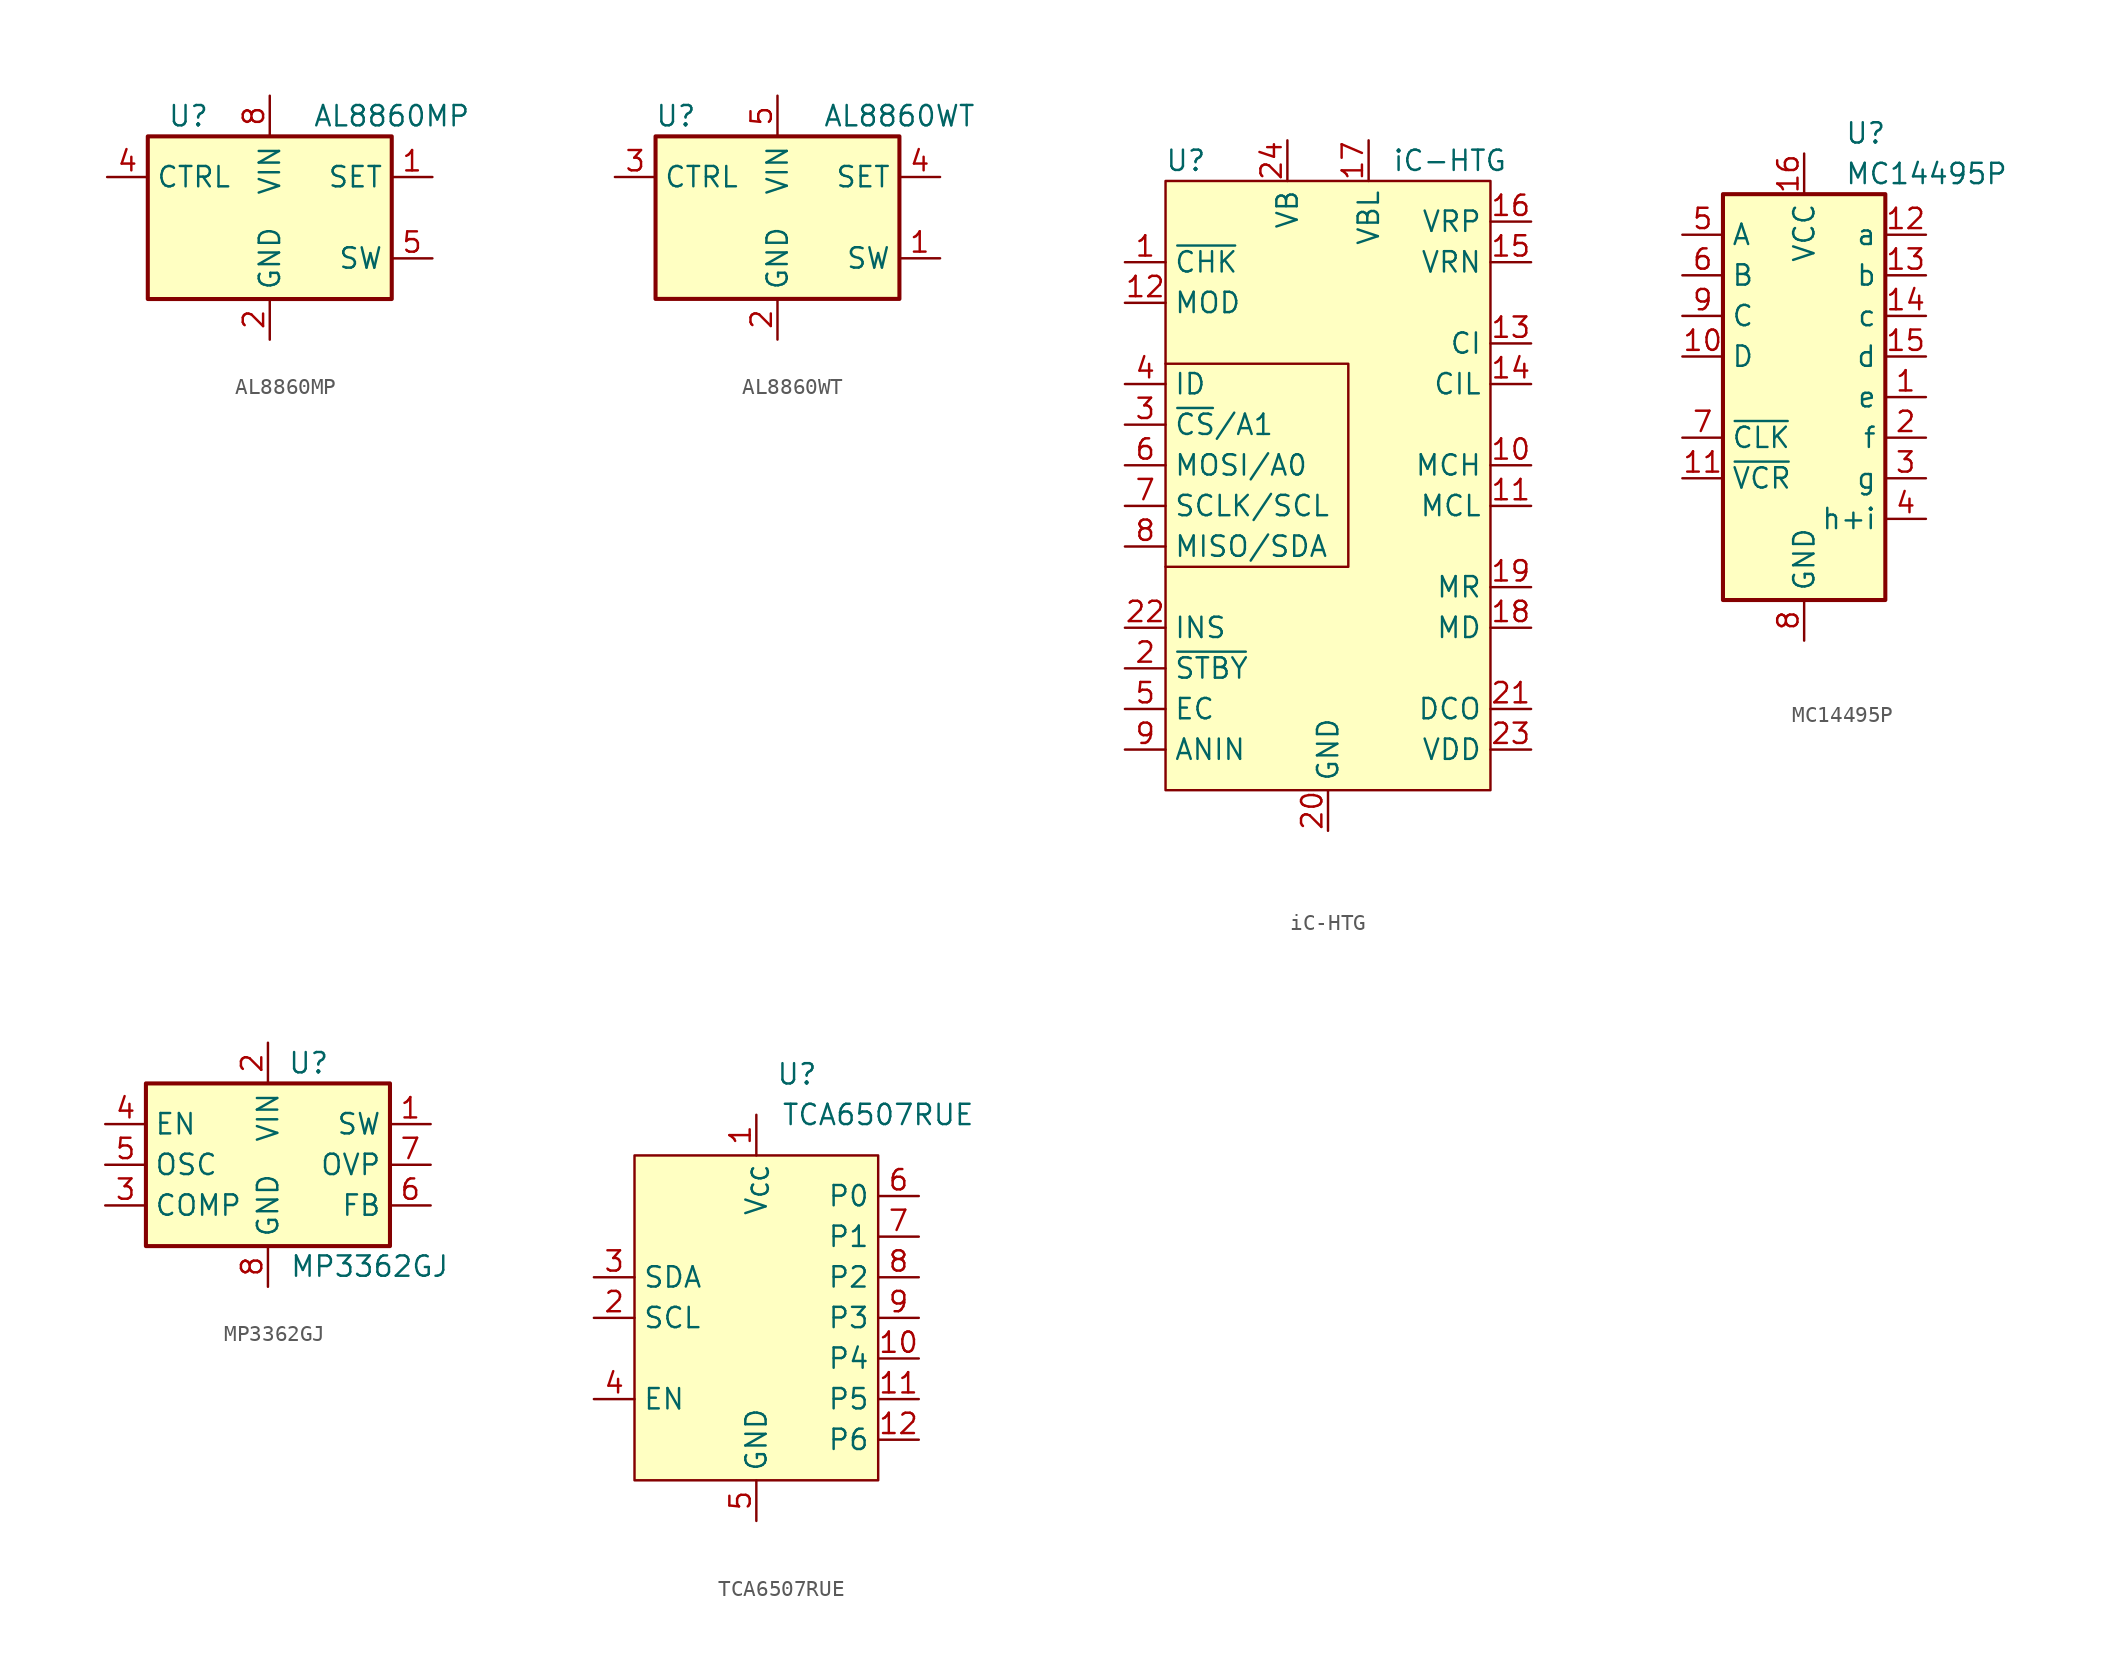
<source format=kicad_sym>
(kicad_symbol_lib
  (version 20220914)
  (generator kicad_symbol_editor)
  (symbol "AL8860MP"
    (property "Reference" "U"
      (at -5.08 6.35 0)
      (effects (font (size 1.27 1.27))))
    (property "Value" "AL8860MP"
      (at 7.62 6.35 0)
      (effects (font (size 1.27 1.27))))
    (symbol "AL8860MP_0_1"
      (rectangle (start -7.62 5.08) (end 7.62 -5.08) (stroke (width 0.254) (type solid)) (fill (type background))))
    (symbol "AL8860MP_1_1"
      (pin input line (at 10.16 2.54 180) (length 2.54) (name "SET" (effects (font (size 1.27 1.27)))) (number "1" (effects (font (size 1.27 1.27)))))
      (pin power_in line (at 0 -7.62 90) (length 2.54) (name "GND" (effects (font (size 1.27 1.27)))) (number "2" (effects (font (size 1.27 1.27)))))
      (pin passive line (at 0 -7.62 90) (length 2.54) hide (name "GND" (effects (font (size 1.27 1.27)))) (number "3" (effects (font (size 1.27 1.27)))))
      (pin input line (at -10.16 2.54 0) (length 2.54) (name "CTRL" (effects (font (size 1.27 1.27)))) (number "4" (effects (font (size 1.27 1.27)))))
      (pin open_collector line (at 10.16 -2.54 180) (length 2.54) (name "SW" (effects (font (size 1.27 1.27)))) (number "5" (effects (font (size 1.27 1.27)))))
      (pin open_collector line (at 10.16 -2.54 180) (length 2.54) hide (name "SW" (effects (font (size 1.27 1.27)))) (number "6" (effects (font (size 1.27 1.27)))))
      (pin no_connect line (at -7.62 -2.54 0) (length 2.54) hide (name "NC" (effects (font (size 1.27 1.27)))) (number "7" (effects (font (size 1.27 1.27)))))
      (pin power_in line (at 0 7.62 270) (length 2.54) (name "VIN" (effects (font (size 1.27 1.27)))) (number "8" (effects (font (size 1.27 1.27)))))
      (pin passive line (at 0 -7.62 90) (length 2.54) hide (name "GND" (effects (font (size 1.27 1.27)))) (number "9" (effects (font (size 1.27 1.27)))))))
  (symbol "AL8860WT"
    (property "Reference" "U"
      (at -6.35 6.35 0)
      (effects (font (size 1.27 1.27))))
    (property "Value" "AL8860WT"
      (at 7.62 6.35 0)
      (effects (font (size 1.27 1.27))))
    (symbol "AL8860WT_0_1"
      (rectangle (start -7.62 5.08) (end 7.62 -5.08) (stroke (width 0.254) (type solid)) (fill (type background))))
    (symbol "AL8860WT_1_1"
      (pin open_collector line (at 10.16 -2.54 180) (length 2.54) (name "SW" (effects (font (size 1.27 1.27)))) (number "1" (effects (font (size 1.27 1.27)))))
      (pin power_in line (at 0 -7.62 90) (length 2.54) (name "GND" (effects (font (size 1.27 1.27)))) (number "2" (effects (font (size 1.27 1.27)))))
      (pin input line (at -10.16 2.54 0) (length 2.54) (name "CTRL" (effects (font (size 1.27 1.27)))) (number "3" (effects (font (size 1.27 1.27)))))
      (pin input line (at 10.16 2.54 180) (length 2.54) (name "SET" (effects (font (size 1.27 1.27)))) (number "4" (effects (font (size 1.27 1.27)))))
      (pin power_in line (at 0 7.62 270) (length 2.54) (name "VIN" (effects (font (size 1.27 1.27)))) (number "5" (effects (font (size 1.27 1.27)))))))
  (symbol "iC-HTG"
    (property "Reference" "U"
      (at -8.89 19.05 0)
      (effects (font (size 1.27 1.27))))
    (property "Value" "iC-HTG"
      (at 7.62 19.05 0)
      (effects (font (size 1.27 1.27))))
    (symbol "iC-HTG_0_0"
      (pin input line (at 12.7 0 180) (length 2.54) (name "MCH" (effects (font (size 1.27 1.27)))) (number "10" (effects (font (size 1.27 1.27)))))
      (pin input line (at 12.7 -2.54 180) (length 2.54) (name "MCL" (effects (font (size 1.27 1.27)))) (number "11" (effects (font (size 1.27 1.27)))))
      (pin input line (at -12.7 10.16 0) (length 2.54) (name "MOD" (effects (font (size 1.27 1.27)))) (number "12" (effects (font (size 1.27 1.27)))))
      (pin input line (at 12.7 7.62 180) (length 2.54) (name "CI" (effects (font (size 1.27 1.27)))) (number "13" (effects (font (size 1.27 1.27)))))
      (pin input line (at 12.7 5.08 180) (length 2.54) (name "CIL" (effects (font (size 1.27 1.27)))) (number "14" (effects (font (size 1.27 1.27)))))
      (pin power_in line (at 2.54 20.32 270) (length 2.54) (name "VBL" (effects (font (size 1.27 1.27)))) (number "17" (effects (font (size 1.27 1.27)))))
      (pin input line (at 12.7 -10.16 180) (length 2.54) (name "MD" (effects (font (size 1.27 1.27)))) (number "18" (effects (font (size 1.27 1.27)))))
      (pin input line (at 12.7 -7.62 180) (length 2.54) (name "MR" (effects (font (size 1.27 1.27)))) (number "19" (effects (font (size 1.27 1.27)))))
      (pin power_in line (at 0 -22.86 90) (length 2.54) (name "GND" (effects (font (size 1.27 1.27)))) (number "20" (effects (font (size 1.27 1.27)))))
      (pin passive line (at 12.7 -15.24 180) (length 2.54) (name "DCO" (effects (font (size 1.27 1.27)))) (number "21" (effects (font (size 1.27 1.27)))))
      (pin power_in line (at -2.54 20.32 270) (length 2.54) (name "VB" (effects (font (size 1.27 1.27)))) (number "24" (effects (font (size 1.27 1.27)))))
      (pin input line (at -12.7 5.08 0) (length 2.54) (name "ID" (effects (font (size 1.27 1.27)))) (number "4" (effects (font (size 1.27 1.27)))))
      (pin input line (at -12.7 -15.24 0) (length 2.54) (name "EC" (effects (font (size 1.27 1.27)))) (number "5" (effects (font (size 1.27 1.27)))))
      (pin bidirectional line (at -12.7 -5.08 0) (length 2.54) (name "MISO/SDA" (effects (font (size 1.27 1.27)))) (number "8" (effects (font (size 1.27 1.27)))))
      (pin bidirectional line (at -12.7 -17.78 0) (length 2.54) (name "ANIN" (effects (font (size 1.27 1.27)))) (number "9" (effects (font (size 1.27 1.27))))))
    (symbol "iC-HTG_1_0"
      (pin open_collector line (at -12.7 12.7 0) (length 2.54) (name "~{CHK}" (effects (font (size 1.27 1.27)))) (number "1" (effects (font (size 1.27 1.27)))))
      (pin output line (at 12.7 12.7 180) (length 2.54) (name "VRN" (effects (font (size 1.27 1.27)))) (number "15" (effects (font (size 1.27 1.27)))))
      (pin output line (at 12.7 15.24 180) (length 2.54) (name "VRP" (effects (font (size 1.27 1.27)))) (number "16" (effects (font (size 1.27 1.27)))))
      (pin passive line (at -12.7 -12.7 0) (length 2.54) (name "~{STBY}" (effects (font (size 1.27 1.27)))) (number "2" (effects (font (size 1.27 1.27)))))
      (pin passive line (at -12.7 -10.16 0) (length 2.54) (name "INS" (effects (font (size 1.27 1.27)))) (number "22" (effects (font (size 1.27 1.27)))))
      (pin output line (at 12.7 -17.78 180) (length 2.54) (name "VDD" (effects (font (size 1.27 1.27)))) (number "23" (effects (font (size 1.27 1.27)))))
      (pin passive line (at 0 -22.86 90) (length 2.54) hide (name "GND" (effects (font (size 1.27 1.27)))) (number "25" (effects (font (size 1.27 1.27)))))
      (pin input line (at -12.7 2.54 0) (length 2.54) (name "~{CS}/A1" (effects (font (size 1.27 1.27)))) (number "3" (effects (font (size 1.27 1.27)))))
      (pin passive line (at -12.7 0 0) (length 2.54) (name "MOSI/A0" (effects (font (size 1.27 1.27)))) (number "6" (effects (font (size 1.27 1.27)))))
      (pin input line (at -12.7 -2.54 0) (length 2.54) (name "SCLK/SCL" (effects (font (size 1.27 1.27)))) (number "7" (effects (font (size 1.27 1.27))))))
    (symbol "iC-HTG_1_1"
      (rectangle (start -10.16 17.78) (end 10.16 -20.32) (stroke (width 0) (type default)) (fill (type background)))
      (polyline (pts (xy -10.16 -6.35) (xy 1.27 -6.35) (xy 1.27 6.35) (xy -10.16 6.35)) (stroke (width 0) (type default)) (fill (type none)))))
  (symbol "MC14495P"
    (property "Reference" "U"
      (at 2.54 16.51 0)
      (effects (font (size 1.27 1.27)) (justify left)))
    (property "Value" "MC14495P"
      (at 2.54 13.97 0)
      (effects (font (size 1.27 1.27)) (justify left)))
    (symbol "MC14495P_1_1"
      (rectangle (start -5.08 12.7) (end 5.08 -12.7) (stroke (width 0.254) (type default)) (fill (type background)))
      (pin output line (at 7.62 0 180) (length 2.54) (name "e" (effects (font (size 1.27 1.27)))) (number "1" (effects (font (size 1.27 1.27)))))
      (pin input line (at -7.62 2.54 0) (length 2.54) (name "D" (effects (font (size 1.27 1.27)))) (number "10" (effects (font (size 1.27 1.27)))))
      (pin input line (at -7.62 -5.08 0) (length 2.54) (name "~{VCR}" (effects (font (size 1.27 1.27)))) (number "11" (effects (font (size 1.27 1.27)))))
      (pin output line (at 7.62 10.16 180) (length 2.54) (name "a" (effects (font (size 1.27 1.27)))) (number "12" (effects (font (size 1.27 1.27)))))
      (pin output line (at 7.62 7.62 180) (length 2.54) (name "b" (effects (font (size 1.27 1.27)))) (number "13" (effects (font (size 1.27 1.27)))))
      (pin output line (at 7.62 5.08 180) (length 2.54) (name "c" (effects (font (size 1.27 1.27)))) (number "14" (effects (font (size 1.27 1.27)))))
      (pin output line (at 7.62 2.54 180) (length 2.54) (name "d" (effects (font (size 1.27 1.27)))) (number "15" (effects (font (size 1.27 1.27)))))
      (pin power_in line (at 0 15.24 270) (length 2.54) (name "VCC" (effects (font (size 1.27 1.27)))) (number "16" (effects (font (size 1.27 1.27)))))
      (pin output line (at 7.62 -2.54 180) (length 2.54) (name "f" (effects (font (size 1.27 1.27)))) (number "2" (effects (font (size 1.27 1.27)))))
      (pin output line (at 7.62 -5.08 180) (length 2.54) (name "g" (effects (font (size 1.27 1.27)))) (number "3" (effects (font (size 1.27 1.27)))))
      (pin output line (at 7.62 -7.62 180) (length 2.54) (name "h+i" (effects (font (size 1.27 1.27)))) (number "4" (effects (font (size 1.27 1.27)))))
      (pin input line (at -7.62 10.16 0) (length 2.54) (name "A" (effects (font (size 1.27 1.27)))) (number "5" (effects (font (size 1.27 1.27)))))
      (pin input line (at -7.62 7.62 0) (length 2.54) (name "B" (effects (font (size 1.27 1.27)))) (number "6" (effects (font (size 1.27 1.27)))))
      (pin input line (at -7.62 -2.54 0) (length 2.54) (name "~{CLK}" (effects (font (size 1.27 1.27)))) (number "7" (effects (font (size 1.27 1.27)))))
      (pin power_in line (at 0 -15.24 90) (length 2.54) (name "GND" (effects (font (size 1.27 1.27)))) (number "8" (effects (font (size 1.27 1.27)))))
      (pin input line (at -7.62 5.08 0) (length 2.54) (name "C" (effects (font (size 1.27 1.27)))) (number "9" (effects (font (size 1.27 1.27)))))))
  (symbol "MP3362GJ"
    (property "Reference" "U"
      (at 2.54 6.35 0)
      (effects (font (size 1.27 1.27))))
    (property "Value" "MP3362GJ"
      (at 6.35 -6.35 0)
      (effects (font (size 1.27 1.27))))
    (symbol "MP3362GJ_1_1"
      (rectangle (start -7.62 5.08) (end 7.62 -5.08) (stroke (width 0.254) (type default)) (fill (type background)))
      (pin passive line (at 10.16 2.54 180) (length 2.54) (name "SW" (effects (font (size 1.27 1.27)))) (number "1" (effects (font (size 1.27 1.27)))))
      (pin power_in line (at 0 7.62 270) (length 2.54) (name "VIN" (effects (font (size 1.27 1.27)))) (number "2" (effects (font (size 1.27 1.27)))))
      (pin passive line (at -10.16 -2.54 0) (length 2.54) (name "COMP" (effects (font (size 1.27 1.27)))) (number "3" (effects (font (size 1.27 1.27)))))
      (pin input line (at -10.16 2.54 0) (length 2.54) (name "EN" (effects (font (size 1.27 1.27)))) (number "4" (effects (font (size 1.27 1.27)))) (alternate "DIM" input line))
      (pin input line (at -10.16 0 0) (length 2.54) (name "OSC" (effects (font (size 1.27 1.27)))) (number "5" (effects (font (size 1.27 1.27)))) (alternate "SYNC" input line))
      (pin passive line (at 10.16 -2.54 180) (length 2.54) (name "FB" (effects (font (size 1.27 1.27)))) (number "6" (effects (font (size 1.27 1.27)))))
      (pin input line (at 10.16 0 180) (length 2.54) (name "OVP" (effects (font (size 1.27 1.27)))) (number "7" (effects (font (size 1.27 1.27)))))
      (pin power_in line (at 0 -7.62 90) (length 2.54) (name "GND" (effects (font (size 1.27 1.27)))) (number "8" (effects (font (size 1.27 1.27)))))))
  (symbol "TCA6507RUE"
    (property "Reference" "U"
      (at 2.54 15.24 0)
      (effects (font (size 1.27 1.27))))
    (property "Value" "TCA6507RUE"
      (at 7.62 12.7 0)
      (effects (font (size 1.27 1.27))))
    (symbol "TCA6507RUE_1_1"
      (rectangle (start -7.62 10.16) (end 7.62 -10.16) (stroke (width 0) (type solid)) (fill (type background)))
      (pin power_in line (at 0 12.7 270) (length 2.54) (name "V_{CC}" (effects (font (size 1.27 1.27)))) (number "1" (effects (font (size 1.27 1.27)))))
      (pin open_collector line (at 10.16 -2.54 180) (length 2.54) (name "P4" (effects (font (size 1.27 1.27)))) (number "10" (effects (font (size 1.27 1.27)))))
      (pin open_collector line (at 10.16 -5.08 180) (length 2.54) (name "P5" (effects (font (size 1.27 1.27)))) (number "11" (effects (font (size 1.27 1.27)))))
      (pin open_collector line (at 10.16 -7.62 180) (length 2.54) (name "P6" (effects (font (size 1.27 1.27)))) (number "12" (effects (font (size 1.27 1.27)))))
      (pin input line (at -10.16 0 0) (length 2.54) (name "SCL" (effects (font (size 1.27 1.27)))) (number "2" (effects (font (size 1.27 1.27)))))
      (pin bidirectional line (at -10.16 2.54 0) (length 2.54) (name "SDA" (effects (font (size 1.27 1.27)))) (number "3" (effects (font (size 1.27 1.27)))))
      (pin input line (at -10.16 -5.08 0) (length 2.54) (name "EN" (effects (font (size 1.27 1.27)))) (number "4" (effects (font (size 1.27 1.27)))))
      (pin power_in line (at 0 -12.7 90) (length 2.54) (name "GND" (effects (font (size 1.27 1.27)))) (number "5" (effects (font (size 1.27 1.27)))))
      (pin open_collector line (at 10.16 7.62 180) (length 2.54) (name "P0" (effects (font (size 1.27 1.27)))) (number "6" (effects (font (size 1.27 1.27)))))
      (pin open_collector line (at 10.16 5.08 180) (length 2.54) (name "P1" (effects (font (size 1.27 1.27)))) (number "7" (effects (font (size 1.27 1.27)))))
      (pin open_collector line (at 10.16 2.54 180) (length 2.54) (name "P2" (effects (font (size 1.27 1.27)))) (number "8" (effects (font (size 1.27 1.27)))))
      (pin open_collector line (at 10.16 0 180) (length 2.54) (name "P3" (effects (font (size 1.27 1.27)))) (number "9" (effects (font (size 1.27 1.27))))))))
</source>
